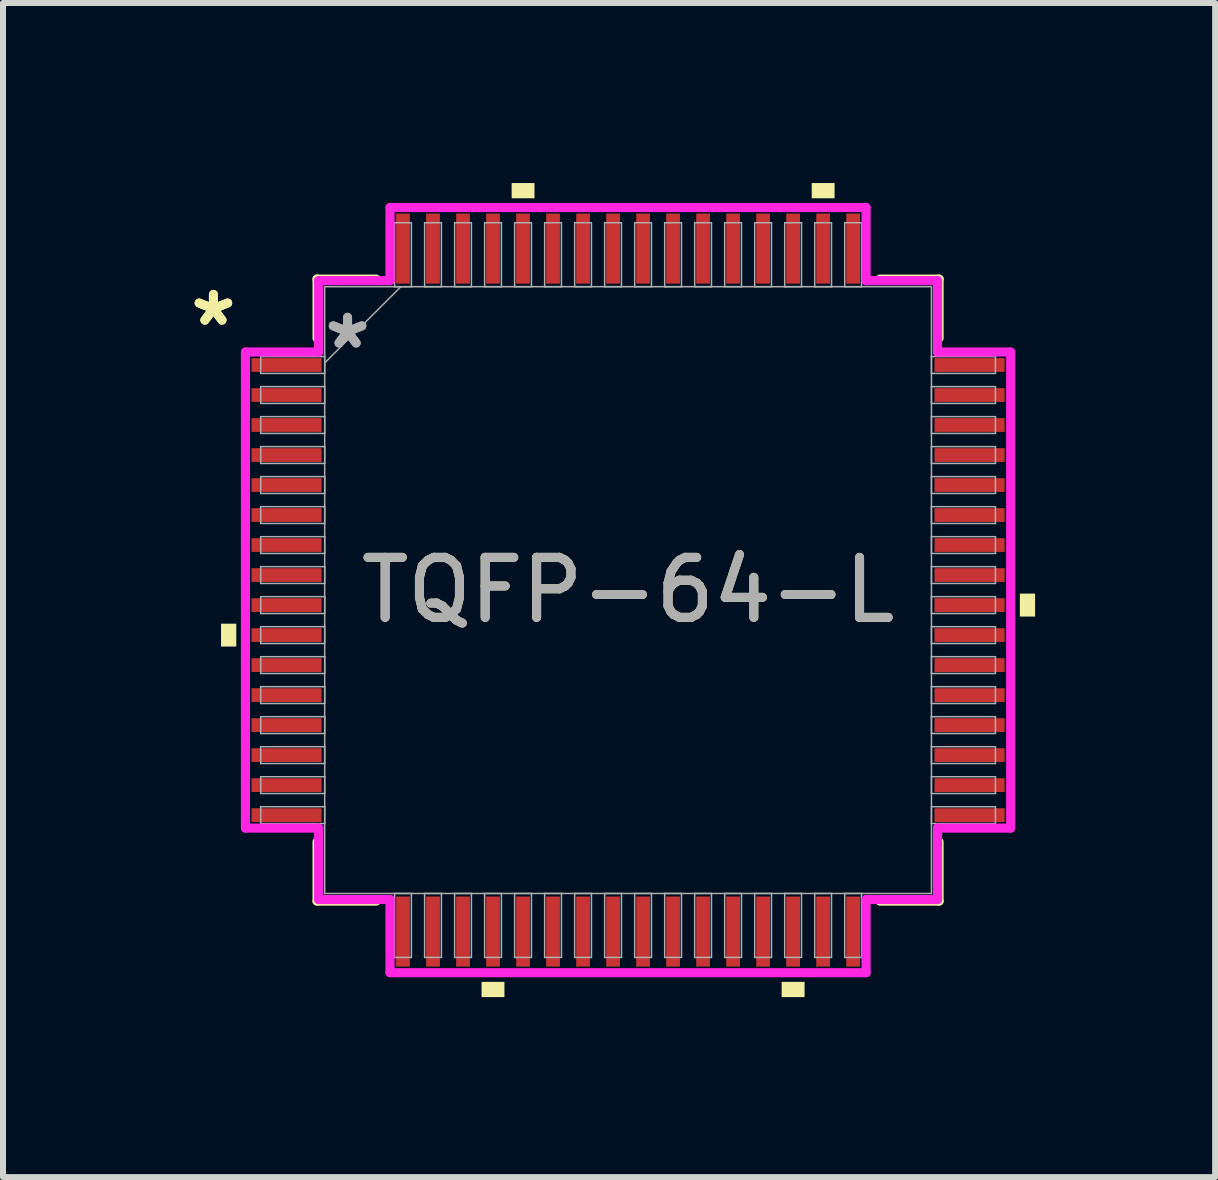
<source format=kicad_pcb>
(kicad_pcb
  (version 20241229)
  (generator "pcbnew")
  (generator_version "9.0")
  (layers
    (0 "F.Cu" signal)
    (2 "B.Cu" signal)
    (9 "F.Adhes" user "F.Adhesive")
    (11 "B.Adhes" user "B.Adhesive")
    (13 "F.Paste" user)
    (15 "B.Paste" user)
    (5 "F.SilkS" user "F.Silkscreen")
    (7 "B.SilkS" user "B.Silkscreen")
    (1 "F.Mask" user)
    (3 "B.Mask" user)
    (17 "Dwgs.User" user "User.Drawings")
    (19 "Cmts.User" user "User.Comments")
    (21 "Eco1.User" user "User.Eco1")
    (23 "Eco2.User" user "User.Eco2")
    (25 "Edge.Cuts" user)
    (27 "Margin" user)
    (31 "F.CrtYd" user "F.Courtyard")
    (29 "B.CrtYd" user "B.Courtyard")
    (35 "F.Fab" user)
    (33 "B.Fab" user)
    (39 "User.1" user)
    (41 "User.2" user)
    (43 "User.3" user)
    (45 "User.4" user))
  (footprint "TQFP-64-L"
    (layer "F.Cu")
    (at 7.415 6.782)
    (property "Reference" "TQFP-64-L" (at 0 0 0) (unlocked yes) (layer "F.SilkS") (effects (font (size 1 1) (thickness 0.15))))
    (attr smd)
    (fp_line (start -5.182 -5.182) (end -5.182 -4.197) (stroke (width 0.152) (type solid)) (layer "F.SilkS"))
    (fp_line (start -5.182 4.197) (end -5.182 5.182) (stroke (width 0.152) (type solid)) (layer "F.SilkS"))
    (fp_line (start -5.182 5.182) (end -4.197 5.182) (stroke (width 0.152) (type solid)) (layer "F.SilkS"))
    (fp_line (start -4.197 -5.182) (end -5.182 -5.182) (stroke (width 0.152) (type solid)) (layer "F.SilkS"))
    (fp_line (start 4.197 5.182) (end 5.182 5.182) (stroke (width 0.152) (type solid)) (layer "F.SilkS"))
    (fp_line (start 5.182 -5.182) (end 4.197 -5.182) (stroke (width 0.152) (type solid)) (layer "F.SilkS"))
    (fp_line (start 5.182 -4.197) (end 5.182 -5.182) (stroke (width 0.152) (type solid)) (layer "F.SilkS"))
    (fp_line (start 5.182 5.182) (end 5.182 4.197) (stroke (width 0.152) (type solid)) (layer "F.SilkS"))
    (fp_poly (pts (xy -6.782 0.56) (xy -6.782 0.941) (xy -6.528 0.941) (xy -6.528 0.56)) (stroke (width 0) (type solid)) (fill yes) (layer "F.SilkS"))
    (fp_poly (pts (xy -2.441 6.528) (xy -2.441 6.782) (xy -2.06 6.782) (xy -2.06 6.528)) (stroke (width 0) (type solid)) (fill yes) (layer "F.SilkS"))
    (fp_poly (pts (xy -1.94 -6.528) (xy -1.94 -6.782) (xy -1.559 -6.782) (xy -1.559 -6.528)) (stroke (width 0) (type solid)) (fill yes) (layer "F.SilkS"))
    (fp_poly (pts (xy 2.559 6.528) (xy 2.559 6.782) (xy 2.941 6.782) (xy 2.941 6.528)) (stroke (width 0) (type solid)) (fill yes) (layer "F.SilkS"))
    (fp_poly (pts (xy 3.06 -6.528) (xy 3.06 -6.782) (xy 3.441 -6.782) (xy 3.441 -6.528)) (stroke (width 0) (type solid)) (fill yes) (layer "F.SilkS"))
    (fp_poly (pts (xy 6.782 0.059) (xy 6.782 0.441) (xy 6.528 0.441) (xy 6.528 0.059)) (stroke (width 0) (type solid)) (fill yes) (layer "F.SilkS"))
    (fp_line (start -6.375 -3.966) (end -5.156 -3.966) (stroke (width 0.152) (type solid)) (layer "F.CrtYd"))
    (fp_line (start -6.375 3.966) (end -6.375 -3.966) (stroke (width 0.152) (type solid)) (layer "F.CrtYd"))
    (fp_line (start -5.156 -5.156) (end -3.966 -5.156) (stroke (width 0.152) (type solid)) (layer "F.CrtYd"))
    (fp_line (start -5.156 -3.966) (end -5.156 -5.156) (stroke (width 0.152) (type solid)) (layer "F.CrtYd"))
    (fp_line (start -5.156 3.966) (end -6.375 3.966) (stroke (width 0.152) (type solid)) (layer "F.CrtYd"))
    (fp_line (start -5.156 5.156) (end -5.156 3.966) (stroke (width 0.152) (type solid)) (layer "F.CrtYd"))
    (fp_line (start -5.156 5.156) (end -3.966 5.156) (stroke (width 0.152) (type solid)) (layer "F.CrtYd"))
    (fp_line (start -3.966 -6.375) (end 3.966 -6.375) (stroke (width 0.152) (type solid)) (layer "F.CrtYd"))
    (fp_line (start -3.966 -5.156) (end -3.966 -6.375) (stroke (width 0.152) (type solid)) (layer "F.CrtYd"))
    (fp_line (start -3.966 5.156) (end -3.966 6.375) (stroke (width 0.152) (type solid)) (layer "F.CrtYd"))
    (fp_line (start -3.966 6.375) (end 3.966 6.375) (stroke (width 0.152) (type solid)) (layer "F.CrtYd"))
    (fp_line (start 3.966 -6.375) (end 3.966 -5.156) (stroke (width 0.152) (type solid)) (layer "F.CrtYd"))
    (fp_line (start 3.966 -5.156) (end 5.156 -5.156) (stroke (width 0.152) (type solid)) (layer "F.CrtYd"))
    (fp_line (start 3.966 5.156) (end 5.156 5.156) (stroke (width 0.152) (type solid)) (layer "F.CrtYd"))
    (fp_line (start 3.966 6.375) (end 3.966 5.156) (stroke (width 0.152) (type solid)) (layer "F.CrtYd"))
    (fp_line (start 5.156 -3.966) (end 5.156 -5.156) (stroke (width 0.152) (type solid)) (layer "F.CrtYd"))
    (fp_line (start 5.156 3.966) (end 6.375 3.966) (stroke (width 0.152) (type solid)) (layer "F.CrtYd"))
    (fp_line (start 5.156 5.156) (end 5.156 3.966) (stroke (width 0.152) (type solid)) (layer "F.CrtYd"))
    (fp_line (start 6.375 -3.966) (end 5.156 -3.966) (stroke (width 0.152) (type solid)) (layer "F.CrtYd"))
    (fp_line (start 6.375 3.966) (end 6.375 -3.966) (stroke (width 0.152) (type solid)) (layer "F.CrtYd"))
    (fp_line (start -6.121 -3.89) (end -6.121 -3.61) (stroke (width 0.025) (type solid)) (layer "F.Fab"))
    (fp_line (start -6.121 -3.61) (end -5.055 -3.61) (stroke (width 0.025) (type solid)) (layer "F.Fab"))
    (fp_line (start -6.121 -3.39) (end -6.121 -3.11) (stroke (width 0.025) (type solid)) (layer "F.Fab"))
    (fp_line (start -6.121 -3.11) (end -5.055 -3.11) (stroke (width 0.025) (type solid)) (layer "F.Fab"))
    (fp_line (start -6.121 -2.89) (end -6.121 -2.61) (stroke (width 0.025) (type solid)) (layer "F.Fab"))
    (fp_line (start -6.121 -2.61) (end -5.055 -2.61) (stroke (width 0.025) (type solid)) (layer "F.Fab"))
    (fp_line (start -6.121 -2.39) (end -6.121 -2.11) (stroke (width 0.025) (type solid)) (layer "F.Fab"))
    (fp_line (start -6.121 -2.11) (end -5.055 -2.11) (stroke (width 0.025) (type solid)) (layer "F.Fab"))
    (fp_line (start -6.121 -1.89) (end -6.121 -1.61) (stroke (width 0.025) (type solid)) (layer "F.Fab"))
    (fp_line (start -6.121 -1.61) (end -5.055 -1.61) (stroke (width 0.025) (type solid)) (layer "F.Fab"))
    (fp_line (start -6.121 -1.39) (end -6.121 -1.11) (stroke (width 0.025) (type solid)) (layer "F.Fab"))
    (fp_line (start -6.121 -1.11) (end -5.055 -1.11) (stroke (width 0.025) (type solid)) (layer "F.Fab"))
    (fp_line (start -6.121 -0.89) (end -6.121 -0.61) (stroke (width 0.025) (type solid)) (layer "F.Fab"))
    (fp_line (start -6.121 -0.61) (end -5.055 -0.61) (stroke (width 0.025) (type solid)) (layer "F.Fab"))
    (fp_line (start -6.121 -0.39) (end -6.121 -0.11) (stroke (width 0.025) (type solid)) (layer "F.Fab"))
    (fp_line (start -6.121 -0.11) (end -5.055 -0.11) (stroke (width 0.025) (type solid)) (layer "F.Fab"))
    (fp_line (start -6.121 0.11) (end -6.121 0.39) (stroke (width 0.025) (type solid)) (layer "F.Fab"))
    (fp_line (start -6.121 0.39) (end -5.055 0.39) (stroke (width 0.025) (type solid)) (layer "F.Fab"))
    (fp_line (start -6.121 0.61) (end -6.121 0.89) (stroke (width 0.025) (type solid)) (layer "F.Fab"))
    (fp_line (start -6.121 0.89) (end -5.055 0.89) (stroke (width 0.025) (type solid)) (layer "F.Fab"))
    (fp_line (start -6.121 1.11) (end -6.121 1.39) (stroke (width 0.025) (type solid)) (layer "F.Fab"))
    (fp_line (start -6.121 1.39) (end -5.055 1.39) (stroke (width 0.025) (type solid)) (layer "F.Fab"))
    (fp_line (start -6.121 1.61) (end -6.121 1.89) (stroke (width 0.025) (type solid)) (layer "F.Fab"))
    (fp_line (start -6.121 1.89) (end -5.055 1.89) (stroke (width 0.025) (type solid)) (layer "F.Fab"))
    (fp_line (start -6.121 2.11) (end -6.121 2.39) (stroke (width 0.025) (type solid)) (layer "F.Fab"))
    (fp_line (start -6.121 2.39) (end -5.055 2.39) (stroke (width 0.025) (type solid)) (layer "F.Fab"))
    (fp_line (start -6.121 2.61) (end -6.121 2.89) (stroke (width 0.025) (type solid)) (layer "F.Fab"))
    (fp_line (start -6.121 2.89) (end -5.055 2.89) (stroke (width 0.025) (type solid)) (layer "F.Fab"))
    (fp_line (start -6.121 3.11) (end -6.121 3.39) (stroke (width 0.025) (type solid)) (layer "F.Fab"))
    (fp_line (start -6.121 3.39) (end -5.055 3.39) (stroke (width 0.025) (type solid)) (layer "F.Fab"))
    (fp_line (start -6.121 3.61) (end -6.121 3.89) (stroke (width 0.025) (type solid)) (layer "F.Fab"))
    (fp_line (start -6.121 3.89) (end -5.055 3.89) (stroke (width 0.025) (type solid)) (layer "F.Fab"))
    (fp_line (start -5.055 -5.055) (end -5.055 5.055) (stroke (width 0.025) (type solid)) (layer "F.Fab"))
    (fp_line (start -5.055 -3.89) (end -6.121 -3.89) (stroke (width 0.025) (type solid)) (layer "F.Fab"))
    (fp_line (start -5.055 -3.785) (end -3.785 -5.055) (stroke (width 0.025) (type solid)) (layer "F.Fab"))
    (fp_line (start -5.055 -3.61) (end -5.055 -3.89) (stroke (width 0.025) (type solid)) (layer "F.Fab"))
    (fp_line (start -5.055 -3.39) (end -6.121 -3.39) (stroke (width 0.025) (type solid)) (layer "F.Fab"))
    (fp_line (start -5.055 -3.11) (end -5.055 -3.39) (stroke (width 0.025) (type solid)) (layer "F.Fab"))
    (fp_line (start -5.055 -2.89) (end -6.121 -2.89) (stroke (width 0.025) (type solid)) (layer "F.Fab"))
    (fp_line (start -5.055 -2.61) (end -5.055 -2.89) (stroke (width 0.025) (type solid)) (layer "F.Fab"))
    (fp_line (start -5.055 -2.39) (end -6.121 -2.39) (stroke (width 0.025) (type solid)) (layer "F.Fab"))
    (fp_line (start -5.055 -2.11) (end -5.055 -2.39) (stroke (width 0.025) (type solid)) (layer "F.Fab"))
    (fp_line (start -5.055 -1.89) (end -6.121 -1.89) (stroke (width 0.025) (type solid)) (layer "F.Fab"))
    (fp_line (start -5.055 -1.61) (end -5.055 -1.89) (stroke (width 0.025) (type solid)) (layer "F.Fab"))
    (fp_line (start -5.055 -1.39) (end -6.121 -1.39) (stroke (width 0.025) (type solid)) (layer "F.Fab"))
    (fp_line (start -5.055 -1.11) (end -5.055 -1.39) (stroke (width 0.025) (type solid)) (layer "F.Fab"))
    (fp_line (start -5.055 -0.89) (end -6.121 -0.89) (stroke (width 0.025) (type solid)) (layer "F.Fab"))
    (fp_line (start -5.055 -0.61) (end -5.055 -0.89) (stroke (width 0.025) (type solid)) (layer "F.Fab"))
    (fp_line (start -5.055 -0.39) (end -6.121 -0.39) (stroke (width 0.025) (type solid)) (layer "F.Fab"))
    (fp_line (start -5.055 -0.11) (end -5.055 -0.39) (stroke (width 0.025) (type solid)) (layer "F.Fab"))
    (fp_line (start -5.055 0.11) (end -6.121 0.11) (stroke (width 0.025) (type solid)) (layer "F.Fab"))
    (fp_line (start -5.055 0.39) (end -5.055 0.11) (stroke (width 0.025) (type solid)) (layer "F.Fab"))
    (fp_line (start -5.055 0.61) (end -6.121 0.61) (stroke (width 0.025) (type solid)) (layer "F.Fab"))
    (fp_line (start -5.055 0.89) (end -5.055 0.61) (stroke (width 0.025) (type solid)) (layer "F.Fab"))
    (fp_line (start -5.055 1.11) (end -6.121 1.11) (stroke (width 0.025) (type solid)) (layer "F.Fab"))
    (fp_line (start -5.055 1.39) (end -5.055 1.11) (stroke (width 0.025) (type solid)) (layer "F.Fab"))
    (fp_line (start -5.055 1.61) (end -6.121 1.61) (stroke (width 0.025) (type solid)) (layer "F.Fab"))
    (fp_line (start -5.055 1.89) (end -5.055 1.61) (stroke (width 0.025) (type solid)) (layer "F.Fab"))
    (fp_line (start -5.055 2.11) (end -6.121 2.11) (stroke (width 0.025) (type solid)) (layer "F.Fab"))
    (fp_line (start -5.055 2.39) (end -5.055 2.11) (stroke (width 0.025) (type solid)) (layer "F.Fab"))
    (fp_line (start -5.055 2.61) (end -6.121 2.61) (stroke (width 0.025) (type solid)) (layer "F.Fab"))
    (fp_line (start -5.055 2.89) (end -5.055 2.61) (stroke (width 0.025) (type solid)) (layer "F.Fab"))
    (fp_line (start -5.055 3.11) (end -6.121 3.11) (stroke (width 0.025) (type solid)) (layer "F.Fab"))
    (fp_line (start -5.055 3.39) (end -5.055 3.11) (stroke (width 0.025) (type solid)) (layer "F.Fab"))
    (fp_line (start -5.055 3.61) (end -6.121 3.61) (stroke (width 0.025) (type solid)) (layer "F.Fab"))
    (fp_line (start -5.055 3.89) (end -5.055 3.61) (stroke (width 0.025) (type solid)) (layer "F.Fab"))
    (fp_line (start -5.055 5.055) (end 5.055 5.055) (stroke (width 0.025) (type solid)) (layer "F.Fab"))
    (fp_line (start -3.89 -6.121) (end -3.89 -5.055) (stroke (width 0.025) (type solid)) (layer "F.Fab"))
    (fp_line (start -3.89 -5.055) (end -3.61 -5.055) (stroke (width 0.025) (type solid)) (layer "F.Fab"))
    (fp_line (start -3.89 5.055) (end -3.89 6.121) (stroke (width 0.025) (type solid)) (layer "F.Fab"))
    (fp_line (start -3.89 6.121) (end -3.61 6.121) (stroke (width 0.025) (type solid)) (layer "F.Fab"))
    (fp_line (start -3.61 -6.121) (end -3.89 -6.121) (stroke (width 0.025) (type solid)) (layer "F.Fab"))
    (fp_line (start -3.61 -5.055) (end -3.61 -6.121) (stroke (width 0.025) (type solid)) (layer "F.Fab"))
    (fp_line (start -3.61 5.055) (end -3.89 5.055) (stroke (width 0.025) (type solid)) (layer "F.Fab"))
    (fp_line (start -3.61 6.121) (end -3.61 5.055) (stroke (width 0.025) (type solid)) (layer "F.Fab"))
    (fp_line (start -3.39 -6.121) (end -3.39 -5.055) (stroke (width 0.025) (type solid)) (layer "F.Fab"))
    (fp_line (start -3.39 -5.055) (end -3.11 -5.055) (stroke (width 0.025) (type solid)) (layer "F.Fab"))
    (fp_line (start -3.39 5.055) (end -3.39 6.121) (stroke (width 0.025) (type solid)) (layer "F.Fab"))
    (fp_line (start -3.39 6.121) (end -3.11 6.121) (stroke (width 0.025) (type solid)) (layer "F.Fab"))
    (fp_line (start -3.11 -6.121) (end -3.39 -6.121) (stroke (width 0.025) (type solid)) (layer "F.Fab"))
    (fp_line (start -3.11 -5.055) (end -3.11 -6.121) (stroke (width 0.025) (type solid)) (layer "F.Fab"))
    (fp_line (start -3.11 5.055) (end -3.39 5.055) (stroke (width 0.025) (type solid)) (layer "F.Fab"))
    (fp_line (start -3.11 6.121) (end -3.11 5.055) (stroke (width 0.025) (type solid)) (layer "F.Fab"))
    (fp_line (start -2.89 -6.121) (end -2.89 -5.055) (stroke (width 0.025) (type solid)) (layer "F.Fab"))
    (fp_line (start -2.89 -5.055) (end -2.61 -5.055) (stroke (width 0.025) (type solid)) (layer "F.Fab"))
    (fp_line (start -2.89 5.055) (end -2.89 6.121) (stroke (width 0.025) (type solid)) (layer "F.Fab"))
    (fp_line (start -2.89 6.121) (end -2.61 6.121) (stroke (width 0.025) (type solid)) (layer "F.Fab"))
    (fp_line (start -2.61 -6.121) (end -2.89 -6.121) (stroke (width 0.025) (type solid)) (layer "F.Fab"))
    (fp_line (start -2.61 -5.055) (end -2.61 -6.121) (stroke (width 0.025) (type solid)) (layer "F.Fab"))
    (fp_line (start -2.61 5.055) (end -2.89 5.055) (stroke (width 0.025) (type solid)) (layer "F.Fab"))
    (fp_line (start -2.61 6.121) (end -2.61 5.055) (stroke (width 0.025) (type solid)) (layer "F.Fab"))
    (fp_line (start -2.39 -6.121) (end -2.39 -5.055) (stroke (width 0.025) (type solid)) (layer "F.Fab"))
    (fp_line (start -2.39 -5.055) (end -2.11 -5.055) (stroke (width 0.025) (type solid)) (layer "F.Fab"))
    (fp_line (start -2.39 5.055) (end -2.39 6.121) (stroke (width 0.025) (type solid)) (layer "F.Fab"))
    (fp_line (start -2.39 6.121) (end -2.11 6.121) (stroke (width 0.025) (type solid)) (layer "F.Fab"))
    (fp_line (start -2.11 -6.121) (end -2.39 -6.121) (stroke (width 0.025) (type solid)) (layer "F.Fab"))
    (fp_line (start -2.11 -5.055) (end -2.11 -6.121) (stroke (width 0.025) (type solid)) (layer "F.Fab"))
    (fp_line (start -2.11 5.055) (end -2.39 5.055) (stroke (width 0.025) (type solid)) (layer "F.Fab"))
    (fp_line (start -2.11 6.121) (end -2.11 5.055) (stroke (width 0.025) (type solid)) (layer "F.Fab"))
    (fp_line (start -1.89 -6.121) (end -1.89 -5.055) (stroke (width 0.025) (type solid)) (layer "F.Fab"))
    (fp_line (start -1.89 -5.055) (end -1.61 -5.055) (stroke (width 0.025) (type solid)) (layer "F.Fab"))
    (fp_line (start -1.89 5.055) (end -1.89 6.121) (stroke (width 0.025) (type solid)) (layer "F.Fab"))
    (fp_line (start -1.89 6.121) (end -1.61 6.121) (stroke (width 0.025) (type solid)) (layer "F.Fab"))
    (fp_line (start -1.61 -6.121) (end -1.89 -6.121) (stroke (width 0.025) (type solid)) (layer "F.Fab"))
    (fp_line (start -1.61 -5.055) (end -1.61 -6.121) (stroke (width 0.025) (type solid)) (layer "F.Fab"))
    (fp_line (start -1.61 5.055) (end -1.89 5.055) (stroke (width 0.025) (type solid)) (layer "F.Fab"))
    (fp_line (start -1.61 6.121) (end -1.61 5.055) (stroke (width 0.025) (type solid)) (layer "F.Fab"))
    (fp_line (start -1.39 -6.121) (end -1.39 -5.055) (stroke (width 0.025) (type solid)) (layer "F.Fab"))
    (fp_line (start -1.39 -5.055) (end -1.11 -5.055) (stroke (width 0.025) (type solid)) (layer "F.Fab"))
    (fp_line (start -1.39 5.055) (end -1.39 6.121) (stroke (width 0.025) (type solid)) (layer "F.Fab"))
    (fp_line (start -1.39 6.121) (end -1.11 6.121) (stroke (width 0.025) (type solid)) (layer "F.Fab"))
    (fp_line (start -1.11 -6.121) (end -1.39 -6.121) (stroke (width 0.025) (type solid)) (layer "F.Fab"))
    (fp_line (start -1.11 -5.055) (end -1.11 -6.121) (stroke (width 0.025) (type solid)) (layer "F.Fab"))
    (fp_line (start -1.11 5.055) (end -1.39 5.055) (stroke (width 0.025) (type solid)) (layer "F.Fab"))
    (fp_line (start -1.11 6.121) (end -1.11 5.055) (stroke (width 0.025) (type solid)) (layer "F.Fab"))
    (fp_line (start -0.89 -6.121) (end -0.89 -5.055) (stroke (width 0.025) (type solid)) (layer "F.Fab"))
    (fp_line (start -0.89 -5.055) (end -0.61 -5.055) (stroke (width 0.025) (type solid)) (layer "F.Fab"))
    (fp_line (start -0.89 5.055) (end -0.89 6.121) (stroke (width 0.025) (type solid)) (layer "F.Fab"))
    (fp_line (start -0.89 6.121) (end -0.61 6.121) (stroke (width 0.025) (type solid)) (layer "F.Fab"))
    (fp_line (start -0.61 -6.121) (end -0.89 -6.121) (stroke (width 0.025) (type solid)) (layer "F.Fab"))
    (fp_line (start -0.61 -5.055) (end -0.61 -6.121) (stroke (width 0.025) (type solid)) (layer "F.Fab"))
    (fp_line (start -0.61 5.055) (end -0.89 5.055) (stroke (width 0.025) (type solid)) (layer "F.Fab"))
    (fp_line (start -0.61 6.121) (end -0.61 5.055) (stroke (width 0.025) (type solid)) (layer "F.Fab"))
    (fp_line (start -0.39 -6.121) (end -0.39 -5.055) (stroke (width 0.025) (type solid)) (layer "F.Fab"))
    (fp_line (start -0.39 -5.055) (end -0.11 -5.055) (stroke (width 0.025) (type solid)) (layer "F.Fab"))
    (fp_line (start -0.39 5.055) (end -0.39 6.121) (stroke (width 0.025) (type solid)) (layer "F.Fab"))
    (fp_line (start -0.39 6.121) (end -0.11 6.121) (stroke (width 0.025) (type solid)) (layer "F.Fab"))
    (fp_line (start -0.11 -6.121) (end -0.39 -6.121) (stroke (width 0.025) (type solid)) (layer "F.Fab"))
    (fp_line (start -0.11 -5.055) (end -0.11 -6.121) (stroke (width 0.025) (type solid)) (layer "F.Fab"))
    (fp_line (start -0.11 5.055) (end -0.39 5.055) (stroke (width 0.025) (type solid)) (layer "F.Fab"))
    (fp_line (start -0.11 6.121) (end -0.11 5.055) (stroke (width 0.025) (type solid)) (layer "F.Fab"))
    (fp_line (start 0.11 -6.121) (end 0.11 -5.055) (stroke (width 0.025) (type solid)) (layer "F.Fab"))
    (fp_line (start 0.11 -5.055) (end 0.39 -5.055) (stroke (width 0.025) (type solid)) (layer "F.Fab"))
    (fp_line (start 0.11 5.055) (end 0.11 6.121) (stroke (width 0.025) (type solid)) (layer "F.Fab"))
    (fp_line (start 0.11 6.121) (end 0.39 6.121) (stroke (width 0.025) (type solid)) (layer "F.Fab"))
    (fp_line (start 0.39 -6.121) (end 0.11 -6.121) (stroke (width 0.025) (type solid)) (layer "F.Fab"))
    (fp_line (start 0.39 -5.055) (end 0.39 -6.121) (stroke (width 0.025) (type solid)) (layer "F.Fab"))
    (fp_line (start 0.39 5.055) (end 0.11 5.055) (stroke (width 0.025) (type solid)) (layer "F.Fab"))
    (fp_line (start 0.39 6.121) (end 0.39 5.055) (stroke (width 0.025) (type solid)) (layer "F.Fab"))
    (fp_line (start 0.61 -6.121) (end 0.61 -5.055) (stroke (width 0.025) (type solid)) (layer "F.Fab"))
    (fp_line (start 0.61 -5.055) (end 0.89 -5.055) (stroke (width 0.025) (type solid)) (layer "F.Fab"))
    (fp_line (start 0.61 5.055) (end 0.61 6.121) (stroke (width 0.025) (type solid)) (layer "F.Fab"))
    (fp_line (start 0.61 6.121) (end 0.89 6.121) (stroke (width 0.025) (type solid)) (layer "F.Fab"))
    (fp_line (start 0.89 -6.121) (end 0.61 -6.121) (stroke (width 0.025) (type solid)) (layer "F.Fab"))
    (fp_line (start 0.89 -5.055) (end 0.89 -6.121) (stroke (width 0.025) (type solid)) (layer "F.Fab"))
    (fp_line (start 0.89 5.055) (end 0.61 5.055) (stroke (width 0.025) (type solid)) (layer "F.Fab"))
    (fp_line (start 0.89 6.121) (end 0.89 5.055) (stroke (width 0.025) (type solid)) (layer "F.Fab"))
    (fp_line (start 1.11 -6.121) (end 1.11 -5.055) (stroke (width 0.025) (type solid)) (layer "F.Fab"))
    (fp_line (start 1.11 -5.055) (end 1.39 -5.055) (stroke (width 0.025) (type solid)) (layer "F.Fab"))
    (fp_line (start 1.11 5.055) (end 1.11 6.121) (stroke (width 0.025) (type solid)) (layer "F.Fab"))
    (fp_line (start 1.11 6.121) (end 1.39 6.121) (stroke (width 0.025) (type solid)) (layer "F.Fab"))
    (fp_line (start 1.39 -6.121) (end 1.11 -6.121) (stroke (width 0.025) (type solid)) (layer "F.Fab"))
    (fp_line (start 1.39 -5.055) (end 1.39 -6.121) (stroke (width 0.025) (type solid)) (layer "F.Fab"))
    (fp_line (start 1.39 5.055) (end 1.11 5.055) (stroke (width 0.025) (type solid)) (layer "F.Fab"))
    (fp_line (start 1.39 6.121) (end 1.39 5.055) (stroke (width 0.025) (type solid)) (layer "F.Fab"))
    (fp_line (start 1.61 -6.121) (end 1.61 -5.055) (stroke (width 0.025) (type solid)) (layer "F.Fab"))
    (fp_line (start 1.61 -5.055) (end 1.89 -5.055) (stroke (width 0.025) (type solid)) (layer "F.Fab"))
    (fp_line (start 1.61 5.055) (end 1.61 6.121) (stroke (width 0.025) (type solid)) (layer "F.Fab"))
    (fp_line (start 1.61 6.121) (end 1.89 6.121) (stroke (width 0.025) (type solid)) (layer "F.Fab"))
    (fp_line (start 1.89 -6.121) (end 1.61 -6.121) (stroke (width 0.025) (type solid)) (layer "F.Fab"))
    (fp_line (start 1.89 -5.055) (end 1.89 -6.121) (stroke (width 0.025) (type solid)) (layer "F.Fab"))
    (fp_line (start 1.89 5.055) (end 1.61 5.055) (stroke (width 0.025) (type solid)) (layer "F.Fab"))
    (fp_line (start 1.89 6.121) (end 1.89 5.055) (stroke (width 0.025) (type solid)) (layer "F.Fab"))
    (fp_line (start 2.11 -6.121) (end 2.11 -5.055) (stroke (width 0.025) (type solid)) (layer "F.Fab"))
    (fp_line (start 2.11 -5.055) (end 2.39 -5.055) (stroke (width 0.025) (type solid)) (layer "F.Fab"))
    (fp_line (start 2.11 5.055) (end 2.11 6.121) (stroke (width 0.025) (type solid)) (layer "F.Fab"))
    (fp_line (start 2.11 6.121) (end 2.39 6.121) (stroke (width 0.025) (type solid)) (layer "F.Fab"))
    (fp_line (start 2.39 -6.121) (end 2.11 -6.121) (stroke (width 0.025) (type solid)) (layer "F.Fab"))
    (fp_line (start 2.39 -5.055) (end 2.39 -6.121) (stroke (width 0.025) (type solid)) (layer "F.Fab"))
    (fp_line (start 2.39 5.055) (end 2.11 5.055) (stroke (width 0.025) (type solid)) (layer "F.Fab"))
    (fp_line (start 2.39 6.121) (end 2.39 5.055) (stroke (width 0.025) (type solid)) (layer "F.Fab"))
    (fp_line (start 2.61 -6.121) (end 2.61 -5.055) (stroke (width 0.025) (type solid)) (layer "F.Fab"))
    (fp_line (start 2.61 -5.055) (end 2.89 -5.055) (stroke (width 0.025) (type solid)) (layer "F.Fab"))
    (fp_line (start 2.61 5.055) (end 2.61 6.121) (stroke (width 0.025) (type solid)) (layer "F.Fab"))
    (fp_line (start 2.61 6.121) (end 2.89 6.121) (stroke (width 0.025) (type solid)) (layer "F.Fab"))
    (fp_line (start 2.89 -6.121) (end 2.61 -6.121) (stroke (width 0.025) (type solid)) (layer "F.Fab"))
    (fp_line (start 2.89 -5.055) (end 2.89 -6.121) (stroke (width 0.025) (type solid)) (layer "F.Fab"))
    (fp_line (start 2.89 5.055) (end 2.61 5.055) (stroke (width 0.025) (type solid)) (layer "F.Fab"))
    (fp_line (start 2.89 6.121) (end 2.89 5.055) (stroke (width 0.025) (type solid)) (layer "F.Fab"))
    (fp_line (start 3.11 -6.121) (end 3.11 -5.055) (stroke (width 0.025) (type solid)) (layer "F.Fab"))
    (fp_line (start 3.11 -5.055) (end 3.39 -5.055) (stroke (width 0.025) (type solid)) (layer "F.Fab"))
    (fp_line (start 3.11 5.055) (end 3.11 6.121) (stroke (width 0.025) (type solid)) (layer "F.Fab"))
    (fp_line (start 3.11 6.121) (end 3.39 6.121) (stroke (width 0.025) (type solid)) (layer "F.Fab"))
    (fp_line (start 3.39 -6.121) (end 3.11 -6.121) (stroke (width 0.025) (type solid)) (layer "F.Fab"))
    (fp_line (start 3.39 -5.055) (end 3.39 -6.121) (stroke (width 0.025) (type solid)) (layer "F.Fab"))
    (fp_line (start 3.39 5.055) (end 3.11 5.055) (stroke (width 0.025) (type solid)) (layer "F.Fab"))
    (fp_line (start 3.39 6.121) (end 3.39 5.055) (stroke (width 0.025) (type solid)) (layer "F.Fab"))
    (fp_line (start 3.61 -6.121) (end 3.61 -5.055) (stroke (width 0.025) (type solid)) (layer "F.Fab"))
    (fp_line (start 3.61 -5.055) (end 3.89 -5.055) (stroke (width 0.025) (type solid)) (layer "F.Fab"))
    (fp_line (start 3.61 5.055) (end 3.61 6.121) (stroke (width 0.025) (type solid)) (layer "F.Fab"))
    (fp_line (start 3.61 6.121) (end 3.89 6.121) (stroke (width 0.025) (type solid)) (layer "F.Fab"))
    (fp_line (start 3.89 -6.121) (end 3.61 -6.121) (stroke (width 0.025) (type solid)) (layer "F.Fab"))
    (fp_line (start 3.89 -5.055) (end 3.89 -6.121) (stroke (width 0.025) (type solid)) (layer "F.Fab"))
    (fp_line (start 3.89 5.055) (end 3.61 5.055) (stroke (width 0.025) (type solid)) (layer "F.Fab"))
    (fp_line (start 3.89 6.121) (end 3.89 5.055) (stroke (width 0.025) (type solid)) (layer "F.Fab"))
    (fp_line (start 5.055 -5.055) (end -5.055 -5.055) (stroke (width 0.025) (type solid)) (layer "F.Fab"))
    (fp_line (start 5.055 -3.89) (end 5.055 -3.61) (stroke (width 0.025) (type solid)) (layer "F.Fab"))
    (fp_line (start 5.055 -3.61) (end 6.121 -3.61) (stroke (width 0.025) (type solid)) (layer "F.Fab"))
    (fp_line (start 5.055 -3.39) (end 5.055 -3.11) (stroke (width 0.025) (type solid)) (layer "F.Fab"))
    (fp_line (start 5.055 -3.11) (end 6.121 -3.11) (stroke (width 0.025) (type solid)) (layer "F.Fab"))
    (fp_line (start 5.055 -2.89) (end 5.055 -2.61) (stroke (width 0.025) (type solid)) (layer "F.Fab"))
    (fp_line (start 5.055 -2.61) (end 6.121 -2.61) (stroke (width 0.025) (type solid)) (layer "F.Fab"))
    (fp_line (start 5.055 -2.39) (end 5.055 -2.11) (stroke (width 0.025) (type solid)) (layer "F.Fab"))
    (fp_line (start 5.055 -2.11) (end 6.121 -2.11) (stroke (width 0.025) (type solid)) (layer "F.Fab"))
    (fp_line (start 5.055 -1.89) (end 5.055 -1.61) (stroke (width 0.025) (type solid)) (layer "F.Fab"))
    (fp_line (start 5.055 -1.61) (end 6.121 -1.61) (stroke (width 0.025) (type solid)) (layer "F.Fab"))
    (fp_line (start 5.055 -1.39) (end 5.055 -1.11) (stroke (width 0.025) (type solid)) (layer "F.Fab"))
    (fp_line (start 5.055 -1.11) (end 6.121 -1.11) (stroke (width 0.025) (type solid)) (layer "F.Fab"))
    (fp_line (start 5.055 -0.89) (end 5.055 -0.61) (stroke (width 0.025) (type solid)) (layer "F.Fab"))
    (fp_line (start 5.055 -0.61) (end 6.121 -0.61) (stroke (width 0.025) (type solid)) (layer "F.Fab"))
    (fp_line (start 5.055 -0.39) (end 5.055 -0.11) (stroke (width 0.025) (type solid)) (layer "F.Fab"))
    (fp_line (start 5.055 -0.11) (end 6.121 -0.11) (stroke (width 0.025) (type solid)) (layer "F.Fab"))
    (fp_line (start 5.055 0.11) (end 5.055 0.39) (stroke (width 0.025) (type solid)) (layer "F.Fab"))
    (fp_line (start 5.055 0.39) (end 6.121 0.39) (stroke (width 0.025) (type solid)) (layer "F.Fab"))
    (fp_line (start 5.055 0.61) (end 5.055 0.89) (stroke (width 0.025) (type solid)) (layer "F.Fab"))
    (fp_line (start 5.055 0.89) (end 6.121 0.89) (stroke (width 0.025) (type solid)) (layer "F.Fab"))
    (fp_line (start 5.055 1.11) (end 5.055 1.39) (stroke (width 0.025) (type solid)) (layer "F.Fab"))
    (fp_line (start 5.055 1.39) (end 6.121 1.39) (stroke (width 0.025) (type solid)) (layer "F.Fab"))
    (fp_line (start 5.055 1.61) (end 5.055 1.89) (stroke (width 0.025) (type solid)) (layer "F.Fab"))
    (fp_line (start 5.055 1.89) (end 6.121 1.89) (stroke (width 0.025) (type solid)) (layer "F.Fab"))
    (fp_line (start 5.055 2.11) (end 5.055 2.39) (stroke (width 0.025) (type solid)) (layer "F.Fab"))
    (fp_line (start 5.055 2.39) (end 6.121 2.39) (stroke (width 0.025) (type solid)) (layer "F.Fab"))
    (fp_line (start 5.055 2.61) (end 5.055 2.89) (stroke (width 0.025) (type solid)) (layer "F.Fab"))
    (fp_line (start 5.055 2.89) (end 6.121 2.89) (stroke (width 0.025) (type solid)) (layer "F.Fab"))
    (fp_line (start 5.055 3.11) (end 5.055 3.39) (stroke (width 0.025) (type solid)) (layer "F.Fab"))
    (fp_line (start 5.055 3.39) (end 6.121 3.39) (stroke (width 0.025) (type solid)) (layer "F.Fab"))
    (fp_line (start 5.055 3.61) (end 5.055 3.89) (stroke (width 0.025) (type solid)) (layer "F.Fab"))
    (fp_line (start 5.055 3.89) (end 6.121 3.89) (stroke (width 0.025) (type solid)) (layer "F.Fab"))
    (fp_line (start 5.055 5.055) (end 5.055 -5.055) (stroke (width 0.025) (type solid)) (layer "F.Fab"))
    (fp_line (start 6.121 -3.89) (end 5.055 -3.89) (stroke (width 0.025) (type solid)) (layer "F.Fab"))
    (fp_line (start 6.121 -3.61) (end 6.121 -3.89) (stroke (width 0.025) (type solid)) (layer "F.Fab"))
    (fp_line (start 6.121 -3.39) (end 5.055 -3.39) (stroke (width 0.025) (type solid)) (layer "F.Fab"))
    (fp_line (start 6.121 -3.11) (end 6.121 -3.39) (stroke (width 0.025) (type solid)) (layer "F.Fab"))
    (fp_line (start 6.121 -2.89) (end 5.055 -2.89) (stroke (width 0.025) (type solid)) (layer "F.Fab"))
    (fp_line (start 6.121 -2.61) (end 6.121 -2.89) (stroke (width 0.025) (type solid)) (layer "F.Fab"))
    (fp_line (start 6.121 -2.39) (end 5.055 -2.39) (stroke (width 0.025) (type solid)) (layer "F.Fab"))
    (fp_line (start 6.121 -2.11) (end 6.121 -2.39) (stroke (width 0.025) (type solid)) (layer "F.Fab"))
    (fp_line (start 6.121 -1.89) (end 5.055 -1.89) (stroke (width 0.025) (type solid)) (layer "F.Fab"))
    (fp_line (start 6.121 -1.61) (end 6.121 -1.89) (stroke (width 0.025) (type solid)) (layer "F.Fab"))
    (fp_line (start 6.121 -1.39) (end 5.055 -1.39) (stroke (width 0.025) (type solid)) (layer "F.Fab"))
    (fp_line (start 6.121 -1.11) (end 6.121 -1.39) (stroke (width 0.025) (type solid)) (layer "F.Fab"))
    (fp_line (start 6.121 -0.89) (end 5.055 -0.89) (stroke (width 0.025) (type solid)) (layer "F.Fab"))
    (fp_line (start 6.121 -0.61) (end 6.121 -0.89) (stroke (width 0.025) (type solid)) (layer "F.Fab"))
    (fp_line (start 6.121 -0.39) (end 5.055 -0.39) (stroke (width 0.025) (type solid)) (layer "F.Fab"))
    (fp_line (start 6.121 -0.11) (end 6.121 -0.39) (stroke (width 0.025) (type solid)) (layer "F.Fab"))
    (fp_line (start 6.121 0.11) (end 5.055 0.11) (stroke (width 0.025) (type solid)) (layer "F.Fab"))
    (fp_line (start 6.121 0.39) (end 6.121 0.11) (stroke (width 0.025) (type solid)) (layer "F.Fab"))
    (fp_line (start 6.121 0.61) (end 5.055 0.61) (stroke (width 0.025) (type solid)) (layer "F.Fab"))
    (fp_line (start 6.121 0.89) (end 6.121 0.61) (stroke (width 0.025) (type solid)) (layer "F.Fab"))
    (fp_line (start 6.121 1.11) (end 5.055 1.11) (stroke (width 0.025) (type solid)) (layer "F.Fab"))
    (fp_line (start 6.121 1.39) (end 6.121 1.11) (stroke (width 0.025) (type solid)) (layer "F.Fab"))
    (fp_line (start 6.121 1.61) (end 5.055 1.61) (stroke (width 0.025) (type solid)) (layer "F.Fab"))
    (fp_line (start 6.121 1.89) (end 6.121 1.61) (stroke (width 0.025) (type solid)) (layer "F.Fab"))
    (fp_line (start 6.121 2.11) (end 5.055 2.11) (stroke (width 0.025) (type solid)) (layer "F.Fab"))
    (fp_line (start 6.121 2.39) (end 6.121 2.11) (stroke (width 0.025) (type solid)) (layer "F.Fab"))
    (fp_line (start 6.121 2.61) (end 5.055 2.61) (stroke (width 0.025) (type solid)) (layer "F.Fab"))
    (fp_line (start 6.121 2.89) (end 6.121 2.61) (stroke (width 0.025) (type solid)) (layer "F.Fab"))
    (fp_line (start 6.121 3.11) (end 5.055 3.11) (stroke (width 0.025) (type solid)) (layer "F.Fab"))
    (fp_line (start 6.121 3.39) (end 6.121 3.11) (stroke (width 0.025) (type solid)) (layer "F.Fab"))
    (fp_line (start 6.121 3.61) (end 5.055 3.61) (stroke (width 0.025) (type solid)) (layer "F.Fab"))
    (fp_line (start 6.121 3.89) (end 6.121 3.61) (stroke (width 0.025) (type solid)) (layer "F.Fab"))
    (fp_text user "*" (at -6.909 -4.381 0) (unlocked yes) (layer "F.SilkS") (effects (font (size 1 1) (thickness 0.15))))
    (fp_text user "*" (at -6.909 -4.381 0) (layer "F.SilkS") (effects (font (size 1 1) (thickness 0.15))))
    (fp_text user "*" (at -4.674 -4 0) (layer "F.Fab") (effects (font (size 1 1) (thickness 0.15))))
    (fp_text user "${REFERENCE}" (at 0 0 0) (unlocked yes) (layer "F.Fab") (effects (font (size 1 1) (thickness 0.15))))
    (fp_text user "*" (at -4.674 -4 0) (unlocked yes) (layer "F.Fab") (effects (font (size 1 1) (thickness 0.15))))
    (pad "1" smd rect (at -5.69 -3.75 90) (size 0.229 1.168) (layers "F.Cu" "F.Mask" "F.Paste"))
    (pad "2" smd rect (at -5.69 -3.25 90) (size 0.229 1.168) (layers "F.Cu" "F.Mask" "F.Paste"))
    (pad "3" smd rect (at -5.69 -2.75 90) (size 0.229 1.168) (layers "F.Cu" "F.Mask" "F.Paste"))
    (pad "4" smd rect (at -5.69 -2.25 90) (size 0.229 1.168) (layers "F.Cu" "F.Mask" "F.Paste"))
    (pad "5" smd rect (at -5.69 -1.75 90) (size 0.229 1.168) (layers "F.Cu" "F.Mask" "F.Paste"))
    (pad "6" smd rect (at -5.69 -1.25 90) (size 0.229 1.168) (layers "F.Cu" "F.Mask" "F.Paste"))
    (pad "7" smd rect (at -5.69 -0.75 90) (size 0.229 1.168) (layers "F.Cu" "F.Mask" "F.Paste"))
    (pad "8" smd rect (at -5.69 -0.25 90) (size 0.229 1.168) (layers "F.Cu" "F.Mask" "F.Paste"))
    (pad "9" smd rect (at -5.69 0.25 90) (size 0.229 1.168) (layers "F.Cu" "F.Mask" "F.Paste"))
    (pad "10" smd rect (at -5.69 0.75 90) (size 0.229 1.168) (layers "F.Cu" "F.Mask" "F.Paste"))
    (pad "11" smd rect (at -5.69 1.25 90) (size 0.229 1.168) (layers "F.Cu" "F.Mask" "F.Paste"))
    (pad "12" smd rect (at -5.69 1.75 90) (size 0.229 1.168) (layers "F.Cu" "F.Mask" "F.Paste"))
    (pad "13" smd rect (at -5.69 2.25 90) (size 0.229 1.168) (layers "F.Cu" "F.Mask" "F.Paste"))
    (pad "14" smd rect (at -5.69 2.75 90) (size 0.229 1.168) (layers "F.Cu" "F.Mask" "F.Paste"))
    (pad "15" smd rect (at -5.69 3.25 90) (size 0.229 1.168) (layers "F.Cu" "F.Mask" "F.Paste"))
    (pad "16" smd rect (at -5.69 3.75 90) (size 0.229 1.168) (layers "F.Cu" "F.Mask" "F.Paste"))
    (pad "17" smd rect (at -3.75 5.69) (size 0.229 1.168) (layers "F.Cu" "F.Mask" "F.Paste"))
    (pad "18" smd rect (at -3.25 5.69) (size 0.229 1.168) (layers "F.Cu" "F.Mask" "F.Paste"))
    (pad "19" smd rect (at -2.75 5.69) (size 0.229 1.168) (layers "F.Cu" "F.Mask" "F.Paste"))
    (pad "20" smd rect (at -2.25 5.69) (size 0.229 1.168) (layers "F.Cu" "F.Mask" "F.Paste"))
    (pad "21" smd rect (at -1.75 5.69) (size 0.229 1.168) (layers "F.Cu" "F.Mask" "F.Paste"))
    (pad "22" smd rect (at -1.25 5.69) (size 0.229 1.168) (layers "F.Cu" "F.Mask" "F.Paste"))
    (pad "23" smd rect (at -0.75 5.69) (size 0.229 1.168) (layers "F.Cu" "F.Mask" "F.Paste"))
    (pad "24" smd rect (at -0.25 5.69) (size 0.229 1.168) (layers "F.Cu" "F.Mask" "F.Paste"))
    (pad "25" smd rect (at 0.25 5.69) (size 0.229 1.168) (layers "F.Cu" "F.Mask" "F.Paste"))
    (pad "26" smd rect (at 0.75 5.69) (size 0.229 1.168) (layers "F.Cu" "F.Mask" "F.Paste"))
    (pad "27" smd rect (at 1.25 5.69) (size 0.229 1.168) (layers "F.Cu" "F.Mask" "F.Paste"))
    (pad "28" smd rect (at 1.75 5.69) (size 0.229 1.168) (layers "F.Cu" "F.Mask" "F.Paste"))
    (pad "29" smd rect (at 2.25 5.69) (size 0.229 1.168) (layers "F.Cu" "F.Mask" "F.Paste"))
    (pad "30" smd rect (at 2.75 5.69) (size 0.229 1.168) (layers "F.Cu" "F.Mask" "F.Paste"))
    (pad "31" smd rect (at 3.25 5.69) (size 0.229 1.168) (layers "F.Cu" "F.Mask" "F.Paste"))
    (pad "32" smd rect (at 3.75 5.69) (size 0.229 1.168) (layers "F.Cu" "F.Mask" "F.Paste"))
    (pad "33" smd rect (at 5.69 3.75 90) (size 0.229 1.168) (layers "F.Cu" "F.Mask" "F.Paste"))
    (pad "34" smd rect (at 5.69 3.25 90) (size 0.229 1.168) (layers "F.Cu" "F.Mask" "F.Paste"))
    (pad "35" smd rect (at 5.69 2.75 90) (size 0.229 1.168) (layers "F.Cu" "F.Mask" "F.Paste"))
    (pad "36" smd rect (at 5.69 2.25 90) (size 0.229 1.168) (layers "F.Cu" "F.Mask" "F.Paste"))
    (pad "37" smd rect (at 5.69 1.75 90) (size 0.229 1.168) (layers "F.Cu" "F.Mask" "F.Paste"))
    (pad "38" smd rect (at 5.69 1.25 90) (size 0.229 1.168) (layers "F.Cu" "F.Mask" "F.Paste"))
    (pad "39" smd rect (at 5.69 0.75 90) (size 0.229 1.168) (layers "F.Cu" "F.Mask" "F.Paste"))
    (pad "40" smd rect (at 5.69 0.25 90) (size 0.229 1.168) (layers "F.Cu" "F.Mask" "F.Paste"))
    (pad "41" smd rect (at 5.69 -0.25 90) (size 0.229 1.168) (layers "F.Cu" "F.Mask" "F.Paste"))
    (pad "42" smd rect (at 5.69 -0.75 90) (size 0.229 1.168) (layers "F.Cu" "F.Mask" "F.Paste"))
    (pad "43" smd rect (at 5.69 -1.25 90) (size 0.229 1.168) (layers "F.Cu" "F.Mask" "F.Paste"))
    (pad "44" smd rect (at 5.69 -1.75 90) (size 0.229 1.168) (layers "F.Cu" "F.Mask" "F.Paste"))
    (pad "45" smd rect (at 5.69 -2.25 90) (size 0.229 1.168) (layers "F.Cu" "F.Mask" "F.Paste"))
    (pad "46" smd rect (at 5.69 -2.75 90) (size 0.229 1.168) (layers "F.Cu" "F.Mask" "F.Paste"))
    (pad "47" smd rect (at 5.69 -3.25 90) (size 0.229 1.168) (layers "F.Cu" "F.Mask" "F.Paste"))
    (pad "48" smd rect (at 5.69 -3.75 90) (size 0.229 1.168) (layers "F.Cu" "F.Mask" "F.Paste"))
    (pad "49" smd rect (at 3.75 -5.69) (size 0.229 1.168) (layers "F.Cu" "F.Mask" "F.Paste"))
    (pad "50" smd rect (at 3.25 -5.69) (size 0.229 1.168) (layers "F.Cu" "F.Mask" "F.Paste"))
    (pad "51" smd rect (at 2.75 -5.69) (size 0.229 1.168) (layers "F.Cu" "F.Mask" "F.Paste"))
    (pad "52" smd rect (at 2.25 -5.69) (size 0.229 1.168) (layers "F.Cu" "F.Mask" "F.Paste"))
    (pad "53" smd rect (at 1.75 -5.69) (size 0.229 1.168) (layers "F.Cu" "F.Mask" "F.Paste"))
    (pad "54" smd rect (at 1.25 -5.69) (size 0.229 1.168) (layers "F.Cu" "F.Mask" "F.Paste"))
    (pad "55" smd rect (at 0.75 -5.69) (size 0.229 1.168) (layers "F.Cu" "F.Mask" "F.Paste"))
    (pad "56" smd rect (at 0.25 -5.69) (size 0.229 1.168) (layers "F.Cu" "F.Mask" "F.Paste"))
    (pad "57" smd rect (at -0.25 -5.69) (size 0.229 1.168) (layers "F.Cu" "F.Mask" "F.Paste"))
    (pad "58" smd rect (at -0.75 -5.69) (size 0.229 1.168) (layers "F.Cu" "F.Mask" "F.Paste"))
    (pad "59" smd rect (at -1.25 -5.69) (size 0.229 1.168) (layers "F.Cu" "F.Mask" "F.Paste"))
    (pad "60" smd rect (at -1.75 -5.69) (size 0.229 1.168) (layers "F.Cu" "F.Mask" "F.Paste"))
    (pad "61" smd rect (at -2.25 -5.69) (size 0.229 1.168) (layers "F.Cu" "F.Mask" "F.Paste"))
    (pad "62" smd rect (at -2.75 -5.69) (size 0.229 1.168) (layers "F.Cu" "F.Mask" "F.Paste"))
    (pad "63" smd rect (at -3.25 -5.69) (size 0.229 1.168) (layers "F.Cu" "F.Mask" "F.Paste"))
    (pad "64" smd rect (at -3.75 -5.69) (size 0.229 1.168) (layers "F.Cu" "F.Mask" "F.Paste")))
  (gr_rect
    (start -3 -3)
    (end 17.197 16.564)
    (stroke (width 0.1) (type default))
    (fill no)
    (layer "Edge.Cuts")))
</source>
